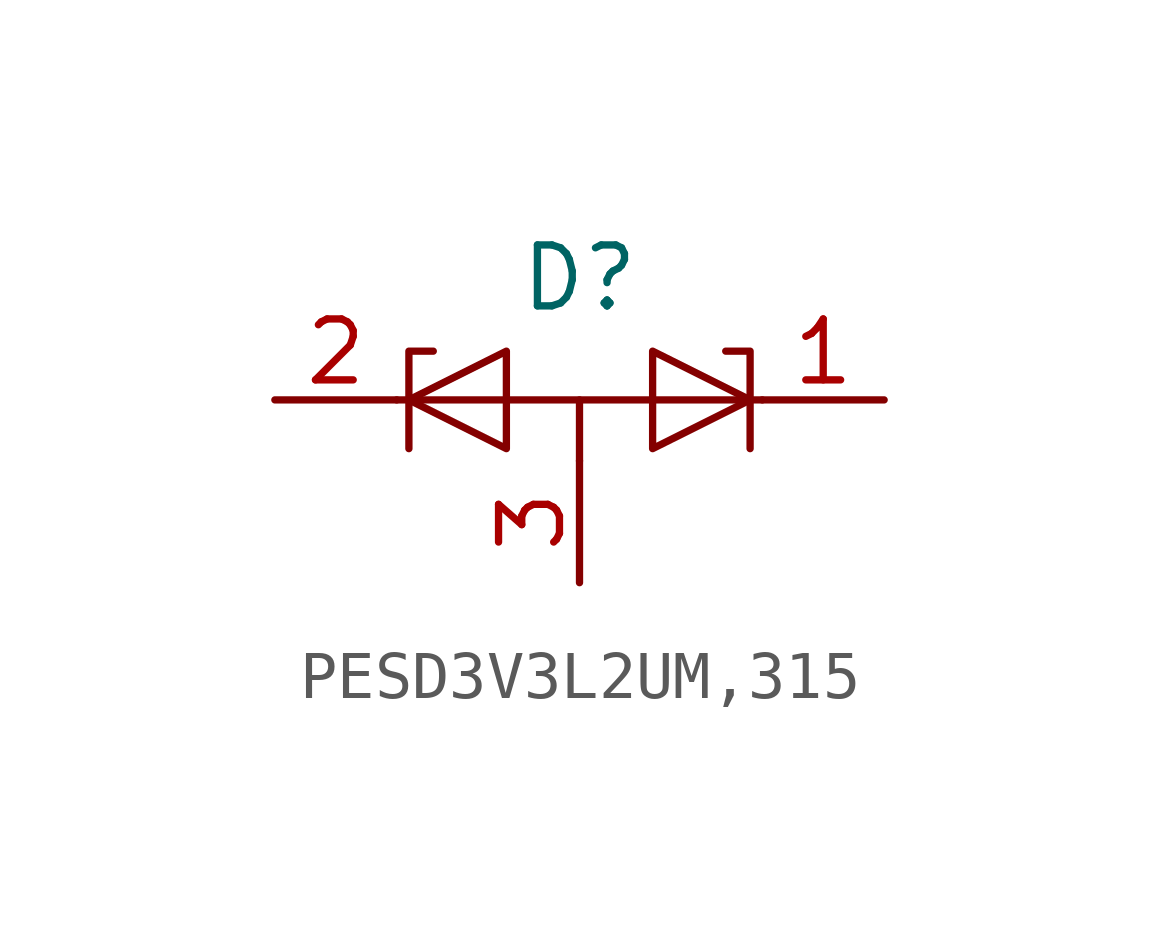
<source format=kicad_sym>
(kicad_symbol_lib
  (version 20220914)
  (generator kicad_symbol_editor)
  (symbol "PESD3V3L2UM,315"
    (property "Reference" "D"
      (at 0 2.54 0)
      (effects (font (size 1.27 1.27))))
    (property "Value" ""
      (at 0 0 0)
      (effects (font (size 1.27 1.27))))
    (symbol "PESD3V3L2UM,315_0_1"
      (polyline (pts (xy -3.81 0) (xy 3.81 0)) (stroke (width 0) (type default)) (fill (type none)))
      (polyline (pts (xy -3.556 -1.016) (xy -3.556 1.016) (xy -3.048 1.016)) (stroke (width 0) (type default)) (fill (type none)))
      (polyline (pts (xy 0 -1.27) (xy 0 0) (xy 0 -1.27)) (stroke (width 0) (type default)) (fill (type none)))
      (polyline (pts (xy 3.556 -1.016) (xy 3.556 1.016) (xy 3.048 1.016)) (stroke (width 0) (type default)) (fill (type none)))
      (polyline (pts (xy -1.524 -1.016) (xy -3.556 0) (xy -1.524 1.016) (xy -1.524 -1.016)) (stroke (width 0) (type default)) (fill (type none)))
      (polyline (pts (xy 1.524 -1.016) (xy 3.556 0) (xy 1.524 1.016) (xy 1.524 -1.016)) (stroke (width 0) (type default)) (fill (type none))))
    (symbol "PESD3V3L2UM,315_1_1"
      (pin passive line (at 6.35 0 180) (length 2.54) (name "" (effects (font (size 1.27 1.27)))) (number "1" (effects (font (size 1.27 1.27)))))
      (pin passive line (at -6.35 0 0) (length 2.54) (name "" (effects (font (size 1.27 1.27)))) (number "2" (effects (font (size 1.27 1.27)))))
      (pin passive line (at 0 -3.81 90) (length 2.54) (name "" (effects (font (size 1.27 1.27)))) (number "3" (effects (font (size 1.27 1.27))))))))
</source>
